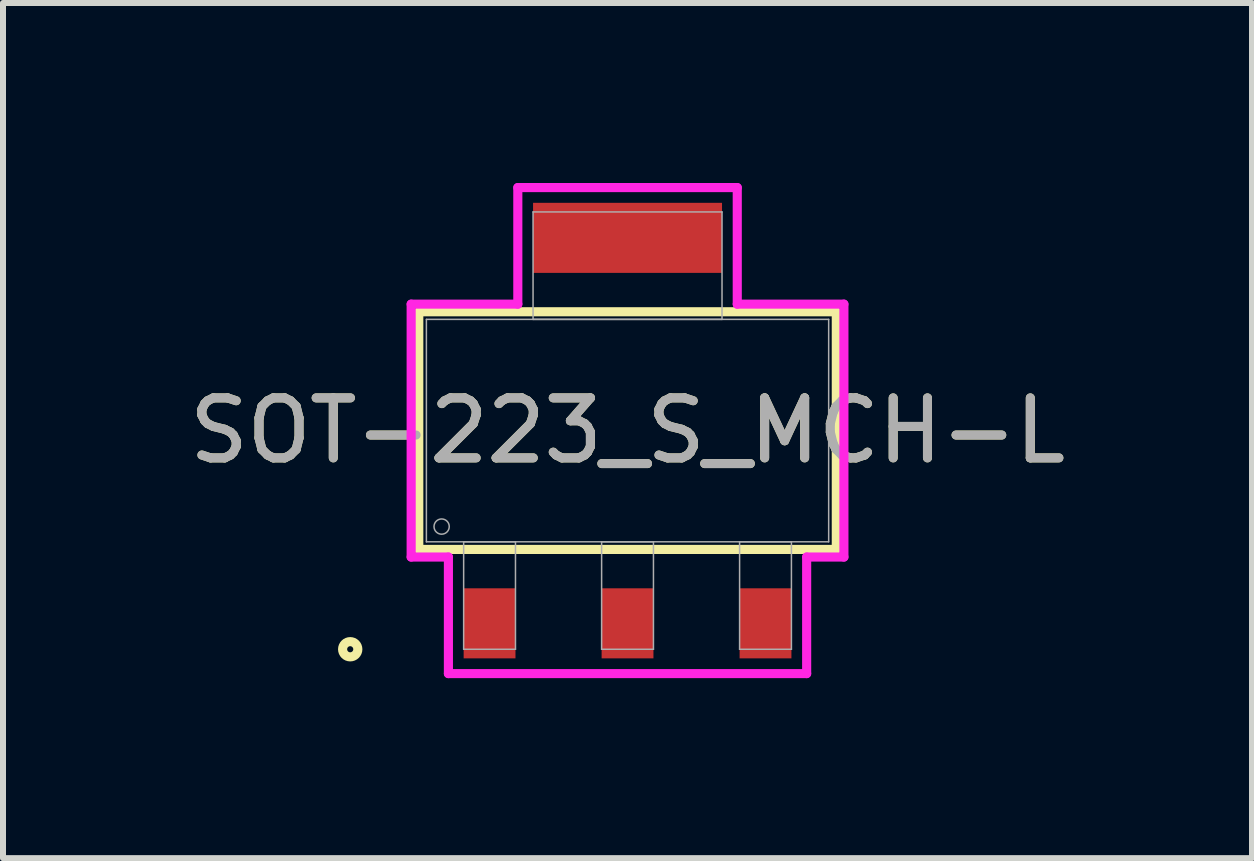
<source format=kicad_pcb>
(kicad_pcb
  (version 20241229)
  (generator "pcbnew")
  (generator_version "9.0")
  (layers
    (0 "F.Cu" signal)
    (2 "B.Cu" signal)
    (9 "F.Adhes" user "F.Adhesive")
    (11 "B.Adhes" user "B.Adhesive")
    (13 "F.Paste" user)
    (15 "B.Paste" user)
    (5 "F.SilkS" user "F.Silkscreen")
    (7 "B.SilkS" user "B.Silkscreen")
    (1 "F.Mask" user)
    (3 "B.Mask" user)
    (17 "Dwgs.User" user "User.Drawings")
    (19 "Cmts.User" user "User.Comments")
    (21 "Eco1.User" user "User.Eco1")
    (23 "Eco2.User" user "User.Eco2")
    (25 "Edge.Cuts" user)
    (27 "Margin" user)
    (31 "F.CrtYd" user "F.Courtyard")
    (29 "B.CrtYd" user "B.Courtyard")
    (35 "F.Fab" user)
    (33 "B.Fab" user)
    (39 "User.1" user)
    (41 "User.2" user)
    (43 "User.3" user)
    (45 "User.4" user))
  (footprint "SOT-223_S_MCH-L"
    (layer "F.Cu")
    (at 7.411 4.128)
    (property "Reference" "SOT-223_S_MCH-L" (at 0 0 0) (unlocked yes) (layer "F.SilkS") (effects (font (size 1 1) (thickness 0.15))))
    (attr smd)
    (fp_line (start -3.48 -1.981) (end -3.48 1.981) (stroke (width 0.152) (type solid)) (layer "F.SilkS"))
    (fp_line (start -3.48 1.981) (end 3.48 1.981) (stroke (width 0.152) (type solid)) (layer "F.SilkS"))
    (fp_line (start 3.48 -1.981) (end -3.48 -1.981) (stroke (width 0.152) (type solid)) (layer "F.SilkS"))
    (fp_line (start 3.48 1.981) (end 3.48 -1.981) (stroke (width 0.152) (type solid)) (layer "F.SilkS"))
    (fp_circle (center -4.623 3.645) (end -4.496 3.645) (stroke (width 0.152) (type solid)) (fill no) (layer "F.SilkS"))
    (fp_line (start -3.607 -2.108) (end -1.829 -2.108) (stroke (width 0.152) (type solid)) (layer "F.CrtYd"))
    (fp_line (start -3.607 2.108) (end -3.607 -2.108) (stroke (width 0.152) (type solid)) (layer "F.CrtYd"))
    (fp_line (start -2.986 2.108) (end -3.607 2.108) (stroke (width 0.152) (type solid)) (layer "F.CrtYd"))
    (fp_line (start -2.986 4.051) (end -2.986 2.108) (stroke (width 0.152) (type solid)) (layer "F.CrtYd"))
    (fp_line (start -1.829 -4.051) (end 1.829 -4.051) (stroke (width 0.152) (type solid)) (layer "F.CrtYd"))
    (fp_line (start -1.829 -2.108) (end -1.829 -4.051) (stroke (width 0.152) (type solid)) (layer "F.CrtYd"))
    (fp_line (start 1.829 -4.051) (end 1.829 -2.108) (stroke (width 0.152) (type solid)) (layer "F.CrtYd"))
    (fp_line (start 1.829 -2.108) (end 3.607 -2.108) (stroke (width 0.152) (type solid)) (layer "F.CrtYd"))
    (fp_line (start 2.986 2.108) (end 2.986 4.051) (stroke (width 0.152) (type solid)) (layer "F.CrtYd"))
    (fp_line (start 2.986 4.051) (end -2.986 4.051) (stroke (width 0.152) (type solid)) (layer "F.CrtYd"))
    (fp_line (start 3.607 -2.108) (end 3.607 2.108) (stroke (width 0.152) (type solid)) (layer "F.CrtYd"))
    (fp_line (start 3.607 2.108) (end 2.986 2.108) (stroke (width 0.152) (type solid)) (layer "F.CrtYd"))
    (fp_line (start -3.353 -1.854) (end -3.353 1.854) (stroke (width 0.025) (type solid)) (layer "F.Fab"))
    (fp_line (start -3.353 1.854) (end 3.353 1.854) (stroke (width 0.025) (type solid)) (layer "F.Fab"))
    (fp_line (start -2.732 1.854) (end -2.732 3.645) (stroke (width 0.025) (type solid)) (layer "F.Fab"))
    (fp_line (start -2.732 3.645) (end -1.868 3.645) (stroke (width 0.025) (type solid)) (layer "F.Fab"))
    (fp_line (start -1.868 1.854) (end -2.732 1.854) (stroke (width 0.025) (type solid)) (layer "F.Fab"))
    (fp_line (start -1.868 3.645) (end -1.868 1.854) (stroke (width 0.025) (type solid)) (layer "F.Fab"))
    (fp_line (start -1.575 -3.645) (end -1.575 -1.854) (stroke (width 0.025) (type solid)) (layer "F.Fab"))
    (fp_line (start -1.575 -1.854) (end 1.575 -1.854) (stroke (width 0.025) (type solid)) (layer "F.Fab"))
    (fp_line (start -0.432 1.854) (end -0.432 3.645) (stroke (width 0.025) (type solid)) (layer "F.Fab"))
    (fp_line (start -0.432 3.645) (end 0.432 3.645) (stroke (width 0.025) (type solid)) (layer "F.Fab"))
    (fp_line (start 0.432 1.854) (end -0.432 1.854) (stroke (width 0.025) (type solid)) (layer "F.Fab"))
    (fp_line (start 0.432 3.645) (end 0.432 1.854) (stroke (width 0.025) (type solid)) (layer "F.Fab"))
    (fp_line (start 1.575 -3.645) (end -1.575 -3.645) (stroke (width 0.025) (type solid)) (layer "F.Fab"))
    (fp_line (start 1.575 -1.854) (end 1.575 -3.645) (stroke (width 0.025) (type solid)) (layer "F.Fab"))
    (fp_line (start 1.868 1.854) (end 1.868 3.645) (stroke (width 0.025) (type solid)) (layer "F.Fab"))
    (fp_line (start 1.868 3.645) (end 2.732 3.645) (stroke (width 0.025) (type solid)) (layer "F.Fab"))
    (fp_line (start 2.732 1.854) (end 1.868 1.854) (stroke (width 0.025) (type solid)) (layer "F.Fab"))
    (fp_line (start 2.732 3.645) (end 2.732 1.854) (stroke (width 0.025) (type solid)) (layer "F.Fab"))
    (fp_line (start 3.353 -1.854) (end -3.353 -1.854) (stroke (width 0.025) (type solid)) (layer "F.Fab"))
    (fp_line (start 3.353 1.854) (end 3.353 -1.854) (stroke (width 0.025) (type solid)) (layer "F.Fab"))
    (fp_circle (center -3.099 1.6) (end -2.972 1.6) (stroke (width 0.025) (type solid)) (fill no) (layer "F.Fab"))
    (fp_text user "${REFERENCE}" (at 0 0 0) (unlocked yes) (layer "F.Fab") (effects (font (size 1 1) (thickness 0.15))))
    (pad "1" smd rect (at -2.3 3.213) (size 0.864 1.168) (layers "F.Cu" "F.Mask" "F.Paste"))
    (pad "2" smd rect (at 0 3.213) (size 0.864 1.168) (layers "F.Cu" "F.Mask" "F.Paste"))
    (pad "3" smd rect (at 2.3 3.213) (size 0.864 1.168) (layers "F.Cu" "F.Mask" "F.Paste"))
    (pad "4" smd rect (at 0 -3.213) (size 3.15 1.168) (layers "F.Cu" "F.Mask" "F.Paste")))
  (gr_rect
    (start -3 -3)
    (end 17.821 11.255)
    (stroke (width 0.1) (type default))
    (fill no)
    (layer "Edge.Cuts")))
</source>
